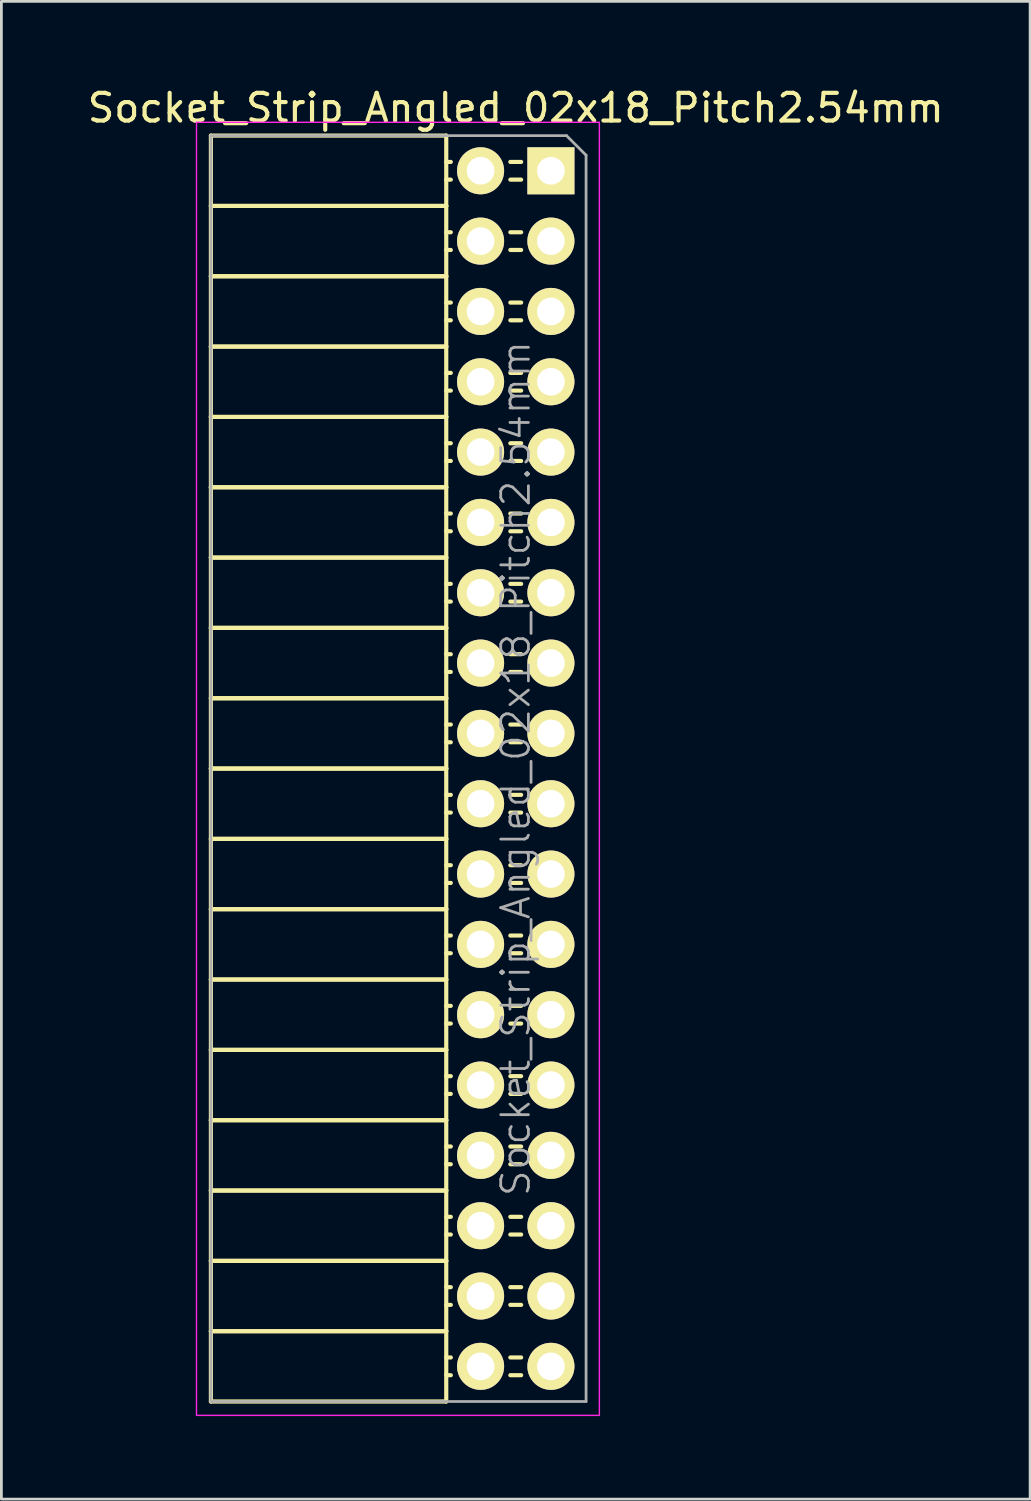
<source format=kicad_pcb>
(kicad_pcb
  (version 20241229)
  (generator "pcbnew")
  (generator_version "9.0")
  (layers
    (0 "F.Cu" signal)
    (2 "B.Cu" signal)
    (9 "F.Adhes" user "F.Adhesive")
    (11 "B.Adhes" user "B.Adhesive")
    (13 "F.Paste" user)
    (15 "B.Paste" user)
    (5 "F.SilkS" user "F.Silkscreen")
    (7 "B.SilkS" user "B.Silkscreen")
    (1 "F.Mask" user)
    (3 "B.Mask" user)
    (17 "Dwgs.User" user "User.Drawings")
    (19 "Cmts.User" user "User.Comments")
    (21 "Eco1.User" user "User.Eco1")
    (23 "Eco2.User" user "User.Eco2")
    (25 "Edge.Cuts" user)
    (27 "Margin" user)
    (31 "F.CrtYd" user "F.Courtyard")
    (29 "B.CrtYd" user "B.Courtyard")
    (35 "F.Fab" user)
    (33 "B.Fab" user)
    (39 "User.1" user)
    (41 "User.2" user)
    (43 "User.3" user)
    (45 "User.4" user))
  (footprint "Socket_Strip_Angled_02x18_Pitch2.54mm"
    (layer "F.Cu")
    (at 16.847 3.118)
    (property "Reference" "Socket_Strip_Angled_02x18_Pitch2.54mm" (at -1.27 -2.27 0) (layer "F.SilkS") (effects (font (size 1 1) (thickness 0.15))))
    (attr smd)
    (fp_line (start -12.28 -1.27) (end -12.28 1.27) (stroke (width 0.15) (type solid)) (layer "F.SilkS"))
    (fp_line (start -12.28 -1.27) (end -3.78 -1.27) (stroke (width 0.15) (type solid)) (layer "F.SilkS"))
    (fp_line (start -12.28 1.27) (end -12.28 3.81) (stroke (width 0.15) (type solid)) (layer "F.SilkS"))
    (fp_line (start -12.28 1.27) (end -3.78 1.27) (stroke (width 0.15) (type solid)) (layer "F.SilkS"))
    (fp_line (start -12.28 1.27) (end -3.78 1.27) (stroke (width 0.15) (type solid)) (layer "F.SilkS"))
    (fp_line (start -12.28 3.81) (end -12.28 6.35) (stroke (width 0.15) (type solid)) (layer "F.SilkS"))
    (fp_line (start -12.28 3.81) (end -3.78 3.81) (stroke (width 0.15) (type solid)) (layer "F.SilkS"))
    (fp_line (start -12.28 3.81) (end -3.78 3.81) (stroke (width 0.15) (type solid)) (layer "F.SilkS"))
    (fp_line (start -12.28 6.35) (end -12.28 8.89) (stroke (width 0.15) (type solid)) (layer "F.SilkS"))
    (fp_line (start -12.28 6.35) (end -3.78 6.35) (stroke (width 0.15) (type solid)) (layer "F.SilkS"))
    (fp_line (start -12.28 6.35) (end -3.78 6.35) (stroke (width 0.15) (type solid)) (layer "F.SilkS"))
    (fp_line (start -12.28 8.89) (end -12.28 11.43) (stroke (width 0.15) (type solid)) (layer "F.SilkS"))
    (fp_line (start -12.28 8.89) (end -3.78 8.89) (stroke (width 0.15) (type solid)) (layer "F.SilkS"))
    (fp_line (start -12.28 8.89) (end -3.78 8.89) (stroke (width 0.15) (type solid)) (layer "F.SilkS"))
    (fp_line (start -12.28 11.43) (end -12.28 13.97) (stroke (width 0.15) (type solid)) (layer "F.SilkS"))
    (fp_line (start -12.28 11.43) (end -3.78 11.43) (stroke (width 0.15) (type solid)) (layer "F.SilkS"))
    (fp_line (start -12.28 11.43) (end -3.78 11.43) (stroke (width 0.15) (type solid)) (layer "F.SilkS"))
    (fp_line (start -12.28 13.97) (end -12.28 16.51) (stroke (width 0.15) (type solid)) (layer "F.SilkS"))
    (fp_line (start -12.28 13.97) (end -3.78 13.97) (stroke (width 0.15) (type solid)) (layer "F.SilkS"))
    (fp_line (start -12.28 13.97) (end -3.78 13.97) (stroke (width 0.15) (type solid)) (layer "F.SilkS"))
    (fp_line (start -12.28 16.51) (end -12.28 19.05) (stroke (width 0.15) (type solid)) (layer "F.SilkS"))
    (fp_line (start -12.28 16.51) (end -3.78 16.51) (stroke (width 0.15) (type solid)) (layer "F.SilkS"))
    (fp_line (start -12.28 16.51) (end -3.78 16.51) (stroke (width 0.15) (type solid)) (layer "F.SilkS"))
    (fp_line (start -12.28 19.05) (end -12.28 21.59) (stroke (width 0.15) (type solid)) (layer "F.SilkS"))
    (fp_line (start -12.28 19.05) (end -3.78 19.05) (stroke (width 0.15) (type solid)) (layer "F.SilkS"))
    (fp_line (start -12.28 19.05) (end -3.78 19.05) (stroke (width 0.15) (type solid)) (layer "F.SilkS"))
    (fp_line (start -12.28 21.59) (end -12.28 24.13) (stroke (width 0.15) (type solid)) (layer "F.SilkS"))
    (fp_line (start -12.28 21.59) (end -3.78 21.59) (stroke (width 0.15) (type solid)) (layer "F.SilkS"))
    (fp_line (start -12.28 21.59) (end -3.78 21.59) (stroke (width 0.15) (type solid)) (layer "F.SilkS"))
    (fp_line (start -12.28 24.13) (end -12.28 26.67) (stroke (width 0.15) (type solid)) (layer "F.SilkS"))
    (fp_line (start -12.28 24.13) (end -3.78 24.13) (stroke (width 0.15) (type solid)) (layer "F.SilkS"))
    (fp_line (start -12.28 24.13) (end -3.78 24.13) (stroke (width 0.15) (type solid)) (layer "F.SilkS"))
    (fp_line (start -12.28 26.67) (end -12.28 29.21) (stroke (width 0.15) (type solid)) (layer "F.SilkS"))
    (fp_line (start -12.28 26.67) (end -3.78 26.67) (stroke (width 0.15) (type solid)) (layer "F.SilkS"))
    (fp_line (start -12.28 26.67) (end -3.78 26.67) (stroke (width 0.15) (type solid)) (layer "F.SilkS"))
    (fp_line (start -12.28 29.21) (end -12.28 31.75) (stroke (width 0.15) (type solid)) (layer "F.SilkS"))
    (fp_line (start -12.28 29.21) (end -3.78 29.21) (stroke (width 0.15) (type solid)) (layer "F.SilkS"))
    (fp_line (start -12.28 29.21) (end -3.78 29.21) (stroke (width 0.15) (type solid)) (layer "F.SilkS"))
    (fp_line (start -12.28 31.75) (end -12.28 34.29) (stroke (width 0.15) (type solid)) (layer "F.SilkS"))
    (fp_line (start -12.28 31.75) (end -3.78 31.75) (stroke (width 0.15) (type solid)) (layer "F.SilkS"))
    (fp_line (start -12.28 31.75) (end -3.78 31.75) (stroke (width 0.15) (type solid)) (layer "F.SilkS"))
    (fp_line (start -12.28 34.29) (end -12.28 36.83) (stroke (width 0.15) (type solid)) (layer "F.SilkS"))
    (fp_line (start -12.28 34.29) (end -3.78 34.29) (stroke (width 0.15) (type solid)) (layer "F.SilkS"))
    (fp_line (start -12.28 34.29) (end -3.78 34.29) (stroke (width 0.15) (type solid)) (layer "F.SilkS"))
    (fp_line (start -12.28 36.83) (end -12.28 39.37) (stroke (width 0.15) (type solid)) (layer "F.SilkS"))
    (fp_line (start -12.28 36.83) (end -3.78 36.83) (stroke (width 0.15) (type solid)) (layer "F.SilkS"))
    (fp_line (start -12.28 36.83) (end -3.78 36.83) (stroke (width 0.15) (type solid)) (layer "F.SilkS"))
    (fp_line (start -12.28 39.37) (end -12.28 41.91) (stroke (width 0.15) (type solid)) (layer "F.SilkS"))
    (fp_line (start -12.28 39.37) (end -3.78 39.37) (stroke (width 0.15) (type solid)) (layer "F.SilkS"))
    (fp_line (start -12.28 39.37) (end -3.78 39.37) (stroke (width 0.15) (type solid)) (layer "F.SilkS"))
    (fp_line (start -12.28 41.91) (end -12.28 44.45) (stroke (width 0.15) (type solid)) (layer "F.SilkS"))
    (fp_line (start -12.28 41.91) (end -3.78 41.91) (stroke (width 0.15) (type solid)) (layer "F.SilkS"))
    (fp_line (start -12.28 41.91) (end -3.78 41.91) (stroke (width 0.15) (type solid)) (layer "F.SilkS"))
    (fp_line (start -12.28 44.45) (end -3.78 44.45) (stroke (width 0.15) (type solid)) (layer "F.SilkS"))
    (fp_line (start -3.78 -1.27) (end -3.78 1.27) (stroke (width 0.15) (type solid)) (layer "F.SilkS"))
    (fp_line (start -3.78 -0.32) (end -3.615 -0.32) (stroke (width 0.15) (type solid)) (layer "F.SilkS"))
    (fp_line (start -3.78 0.32) (end -3.615 0.32) (stroke (width 0.15) (type solid)) (layer "F.SilkS"))
    (fp_line (start -3.78 1.27) (end -3.78 3.81) (stroke (width 0.15) (type solid)) (layer "F.SilkS"))
    (fp_line (start -3.78 2.22) (end -3.615 2.22) (stroke (width 0.15) (type solid)) (layer "F.SilkS"))
    (fp_line (start -3.78 2.86) (end -3.615 2.86) (stroke (width 0.15) (type solid)) (layer "F.SilkS"))
    (fp_line (start -3.78 3.81) (end -3.78 6.35) (stroke (width 0.15) (type solid)) (layer "F.SilkS"))
    (fp_line (start -3.78 4.76) (end -3.615 4.76) (stroke (width 0.15) (type solid)) (layer "F.SilkS"))
    (fp_line (start -3.78 5.4) (end -3.615 5.4) (stroke (width 0.15) (type solid)) (layer "F.SilkS"))
    (fp_line (start -3.78 6.35) (end -3.78 8.89) (stroke (width 0.15) (type solid)) (layer "F.SilkS"))
    (fp_line (start -3.78 7.3) (end -3.615 7.3) (stroke (width 0.15) (type solid)) (layer "F.SilkS"))
    (fp_line (start -3.78 7.94) (end -3.615 7.94) (stroke (width 0.15) (type solid)) (layer "F.SilkS"))
    (fp_line (start -3.78 8.89) (end -3.78 11.43) (stroke (width 0.15) (type solid)) (layer "F.SilkS"))
    (fp_line (start -3.78 9.84) (end -3.615 9.84) (stroke (width 0.15) (type solid)) (layer "F.SilkS"))
    (fp_line (start -3.78 10.48) (end -3.615 10.48) (stroke (width 0.15) (type solid)) (layer "F.SilkS"))
    (fp_line (start -3.78 11.43) (end -3.78 13.97) (stroke (width 0.15) (type solid)) (layer "F.SilkS"))
    (fp_line (start -3.78 12.38) (end -3.615 12.38) (stroke (width 0.15) (type solid)) (layer "F.SilkS"))
    (fp_line (start -3.78 13.02) (end -3.615 13.02) (stroke (width 0.15) (type solid)) (layer "F.SilkS"))
    (fp_line (start -3.78 13.97) (end -3.78 16.51) (stroke (width 0.15) (type solid)) (layer "F.SilkS"))
    (fp_line (start -3.78 14.92) (end -3.615 14.92) (stroke (width 0.15) (type solid)) (layer "F.SilkS"))
    (fp_line (start -3.78 15.56) (end -3.615 15.56) (stroke (width 0.15) (type solid)) (layer "F.SilkS"))
    (fp_line (start -3.78 16.51) (end -3.78 19.05) (stroke (width 0.15) (type solid)) (layer "F.SilkS"))
    (fp_line (start -3.78 17.46) (end -3.615 17.46) (stroke (width 0.15) (type solid)) (layer "F.SilkS"))
    (fp_line (start -3.78 18.1) (end -3.615 18.1) (stroke (width 0.15) (type solid)) (layer "F.SilkS"))
    (fp_line (start -3.78 19.05) (end -3.78 21.59) (stroke (width 0.15) (type solid)) (layer "F.SilkS"))
    (fp_line (start -3.78 20) (end -3.615 20) (stroke (width 0.15) (type solid)) (layer "F.SilkS"))
    (fp_line (start -3.78 20.64) (end -3.615 20.64) (stroke (width 0.15) (type solid)) (layer "F.SilkS"))
    (fp_line (start -3.78 21.59) (end -3.78 24.13) (stroke (width 0.15) (type solid)) (layer "F.SilkS"))
    (fp_line (start -3.78 22.54) (end -3.615 22.54) (stroke (width 0.15) (type solid)) (layer "F.SilkS"))
    (fp_line (start -3.78 23.18) (end -3.615 23.18) (stroke (width 0.15) (type solid)) (layer "F.SilkS"))
    (fp_line (start -3.78 24.13) (end -3.78 26.67) (stroke (width 0.15) (type solid)) (layer "F.SilkS"))
    (fp_line (start -3.78 25.08) (end -3.615 25.08) (stroke (width 0.15) (type solid)) (layer "F.SilkS"))
    (fp_line (start -3.78 25.72) (end -3.615 25.72) (stroke (width 0.15) (type solid)) (layer "F.SilkS"))
    (fp_line (start -3.78 26.67) (end -3.78 29.21) (stroke (width 0.15) (type solid)) (layer "F.SilkS"))
    (fp_line (start -3.78 27.62) (end -3.615 27.62) (stroke (width 0.15) (type solid)) (layer "F.SilkS"))
    (fp_line (start -3.78 28.26) (end -3.615 28.26) (stroke (width 0.15) (type solid)) (layer "F.SilkS"))
    (fp_line (start -3.78 29.21) (end -3.78 31.75) (stroke (width 0.15) (type solid)) (layer "F.SilkS"))
    (fp_line (start -3.78 30.16) (end -3.615 30.16) (stroke (width 0.15) (type solid)) (layer "F.SilkS"))
    (fp_line (start -3.78 30.8) (end -3.615 30.8) (stroke (width 0.15) (type solid)) (layer "F.SilkS"))
    (fp_line (start -3.78 31.75) (end -3.78 34.29) (stroke (width 0.15) (type solid)) (layer "F.SilkS"))
    (fp_line (start -3.78 32.7) (end -3.615 32.7) (stroke (width 0.15) (type solid)) (layer "F.SilkS"))
    (fp_line (start -3.78 33.34) (end -3.615 33.34) (stroke (width 0.15) (type solid)) (layer "F.SilkS"))
    (fp_line (start -3.78 34.29) (end -3.78 36.83) (stroke (width 0.15) (type solid)) (layer "F.SilkS"))
    (fp_line (start -3.78 35.24) (end -3.615 35.24) (stroke (width 0.15) (type solid)) (layer "F.SilkS"))
    (fp_line (start -3.78 35.88) (end -3.615 35.88) (stroke (width 0.15) (type solid)) (layer "F.SilkS"))
    (fp_line (start -3.78 36.83) (end -3.78 39.37) (stroke (width 0.15) (type solid)) (layer "F.SilkS"))
    (fp_line (start -3.78 37.78) (end -3.615 37.78) (stroke (width 0.15) (type solid)) (layer "F.SilkS"))
    (fp_line (start -3.78 38.42) (end -3.615 38.42) (stroke (width 0.15) (type solid)) (layer "F.SilkS"))
    (fp_line (start -3.78 39.37) (end -3.78 41.91) (stroke (width 0.15) (type solid)) (layer "F.SilkS"))
    (fp_line (start -3.78 40.32) (end -3.615 40.32) (stroke (width 0.15) (type solid)) (layer "F.SilkS"))
    (fp_line (start -3.78 40.96) (end -3.615 40.96) (stroke (width 0.15) (type solid)) (layer "F.SilkS"))
    (fp_line (start -3.78 41.91) (end -3.78 44.45) (stroke (width 0.15) (type solid)) (layer "F.SilkS"))
    (fp_line (start -3.78 42.86) (end -3.615 42.86) (stroke (width 0.15) (type solid)) (layer "F.SilkS"))
    (fp_line (start -3.78 43.5) (end -3.615 43.5) (stroke (width 0.15) (type solid)) (layer "F.SilkS"))
    (fp_line (start -1.075 -0.32) (end -1.465 -0.32) (stroke (width 0.15) (type solid)) (layer "F.SilkS"))
    (fp_line (start -1.075 0.32) (end -1.465 0.32) (stroke (width 0.15) (type solid)) (layer "F.SilkS"))
    (fp_line (start -1.075 2.22) (end -1.465 2.22) (stroke (width 0.15) (type solid)) (layer "F.SilkS"))
    (fp_line (start -1.075 2.86) (end -1.465 2.86) (stroke (width 0.15) (type solid)) (layer "F.SilkS"))
    (fp_line (start -1.075 4.76) (end -1.465 4.76) (stroke (width 0.15) (type solid)) (layer "F.SilkS"))
    (fp_line (start -1.075 5.4) (end -1.465 5.4) (stroke (width 0.15) (type solid)) (layer "F.SilkS"))
    (fp_line (start -1.075 7.3) (end -1.465 7.3) (stroke (width 0.15) (type solid)) (layer "F.SilkS"))
    (fp_line (start -1.075 7.94) (end -1.465 7.94) (stroke (width 0.15) (type solid)) (layer "F.SilkS"))
    (fp_line (start -1.075 9.84) (end -1.465 9.84) (stroke (width 0.15) (type solid)) (layer "F.SilkS"))
    (fp_line (start -1.075 10.48) (end -1.465 10.48) (stroke (width 0.15) (type solid)) (layer "F.SilkS"))
    (fp_line (start -1.075 12.38) (end -1.465 12.38) (stroke (width 0.15) (type solid)) (layer "F.SilkS"))
    (fp_line (start -1.075 13.02) (end -1.465 13.02) (stroke (width 0.15) (type solid)) (layer "F.SilkS"))
    (fp_line (start -1.075 14.92) (end -1.465 14.92) (stroke (width 0.15) (type solid)) (layer "F.SilkS"))
    (fp_line (start -1.075 15.56) (end -1.465 15.56) (stroke (width 0.15) (type solid)) (layer "F.SilkS"))
    (fp_line (start -1.075 17.46) (end -1.465 17.46) (stroke (width 0.15) (type solid)) (layer "F.SilkS"))
    (fp_line (start -1.075 18.1) (end -1.465 18.1) (stroke (width 0.15) (type solid)) (layer "F.SilkS"))
    (fp_line (start -1.075 20) (end -1.465 20) (stroke (width 0.15) (type solid)) (layer "F.SilkS"))
    (fp_line (start -1.075 20.64) (end -1.465 20.64) (stroke (width 0.15) (type solid)) (layer "F.SilkS"))
    (fp_line (start -1.075 22.54) (end -1.465 22.54) (stroke (width 0.15) (type solid)) (layer "F.SilkS"))
    (fp_line (start -1.075 23.18) (end -1.465 23.18) (stroke (width 0.15) (type solid)) (layer "F.SilkS"))
    (fp_line (start -1.075 25.08) (end -1.465 25.08) (stroke (width 0.15) (type solid)) (layer "F.SilkS"))
    (fp_line (start -1.075 25.72) (end -1.465 25.72) (stroke (width 0.15) (type solid)) (layer "F.SilkS"))
    (fp_line (start -1.075 27.62) (end -1.465 27.62) (stroke (width 0.15) (type solid)) (layer "F.SilkS"))
    (fp_line (start -1.075 28.26) (end -1.465 28.26) (stroke (width 0.15) (type solid)) (layer "F.SilkS"))
    (fp_line (start -1.075 30.16) (end -1.465 30.16) (stroke (width 0.15) (type solid)) (layer "F.SilkS"))
    (fp_line (start -1.075 30.8) (end -1.465 30.8) (stroke (width 0.15) (type solid)) (layer "F.SilkS"))
    (fp_line (start -1.075 32.7) (end -1.465 32.7) (stroke (width 0.15) (type solid)) (layer "F.SilkS"))
    (fp_line (start -1.075 33.34) (end -1.465 33.34) (stroke (width 0.15) (type solid)) (layer "F.SilkS"))
    (fp_line (start -1.075 35.24) (end -1.465 35.24) (stroke (width 0.15) (type solid)) (layer "F.SilkS"))
    (fp_line (start -1.075 35.88) (end -1.465 35.88) (stroke (width 0.15) (type solid)) (layer "F.SilkS"))
    (fp_line (start -1.075 37.78) (end -1.465 37.78) (stroke (width 0.15) (type solid)) (layer "F.SilkS"))
    (fp_line (start -1.075 38.42) (end -1.465 38.42) (stroke (width 0.15) (type solid)) (layer "F.SilkS"))
    (fp_line (start -1.075 40.32) (end -1.465 40.32) (stroke (width 0.15) (type solid)) (layer "F.SilkS"))
    (fp_line (start -1.075 40.96) (end -1.465 40.96) (stroke (width 0.15) (type solid)) (layer "F.SilkS"))
    (fp_line (start -1.075 42.86) (end -1.465 42.86) (stroke (width 0.15) (type solid)) (layer "F.SilkS"))
    (fp_line (start -1.075 43.5) (end -1.465 43.5) (stroke (width 0.15) (type solid)) (layer "F.SilkS"))
    (fp_line (start -12.8 -1.75) (end 1.75 -1.75) (stroke (width 0.05) (type solid)) (layer "F.CrtYd"))
    (fp_line (start -12.8 44.95) (end -12.8 -1.75) (stroke (width 0.05) (type solid)) (layer "F.CrtYd"))
    (fp_line (start -12.8 44.95) (end 1.75 44.95) (stroke (width 0.05) (type solid)) (layer "F.CrtYd"))
    (fp_line (start 1.75 44.95) (end 1.75 -1.75) (stroke (width 0.05) (type solid)) (layer "F.CrtYd"))
    (fp_line (start -12.28 -1.27) (end 0.563 -1.27) (stroke (width 0.1) (type solid)) (layer "F.Fab"))
    (fp_line (start -12.28 44.45) (end -12.28 -1.27) (stroke (width 0.1) (type solid)) (layer "F.Fab"))
    (fp_line (start -12.28 44.45) (end 1.27 44.45) (stroke (width 0.1) (type solid)) (layer "F.Fab"))
    (fp_line (start 1.27 -0.563) (end 0.563 -1.27) (stroke (width 0.1) (type solid)) (layer "F.Fab"))
    (fp_line (start 1.27 44.45) (end 1.27 -0.563) (stroke (width 0.1) (type solid)) (layer "F.Fab"))
    (fp_text user "${REFERENCE}" (at -1.27 21.59 90) (layer "F.Fab") (effects (font (size 1 1) (thickness 0.1))))
    (pad "1" thru_hole rect (at 0 0) (size 1.7 1.7) (drill 1) (layers "*.Cu" "*.Mask" "F.SilkS"))
    (pad "2" thru_hole oval (at -2.54 0) (size 1.7 1.7) (drill 1) (layers "*.Cu" "*.Mask" "F.SilkS"))
    (pad "3" thru_hole oval (at 0 2.54) (size 1.7 1.7) (drill 1) (layers "*.Cu" "*.Mask" "F.SilkS"))
    (pad "4" thru_hole oval (at -2.54 2.54) (size 1.7 1.7) (drill 1) (layers "*.Cu" "*.Mask" "F.SilkS"))
    (pad "5" thru_hole oval (at 0 5.08) (size 1.7 1.7) (drill 1) (layers "*.Cu" "*.Mask" "F.SilkS"))
    (pad "6" thru_hole oval (at -2.54 5.08) (size 1.7 1.7) (drill 1) (layers "*.Cu" "*.Mask" "F.SilkS"))
    (pad "7" thru_hole oval (at 0 7.62) (size 1.7 1.7) (drill 1) (layers "*.Cu" "*.Mask" "F.SilkS"))
    (pad "8" thru_hole oval (at -2.54 7.62) (size 1.7 1.7) (drill 1) (layers "*.Cu" "*.Mask" "F.SilkS"))
    (pad "9" thru_hole oval (at 0 10.16) (size 1.7 1.7) (drill 1) (layers "*.Cu" "*.Mask" "F.SilkS"))
    (pad "10" thru_hole oval (at -2.54 10.16) (size 1.7 1.7) (drill 1) (layers "*.Cu" "*.Mask" "F.SilkS"))
    (pad "11" thru_hole oval (at 0 12.7) (size 1.7 1.7) (drill 1) (layers "*.Cu" "*.Mask" "F.SilkS"))
    (pad "12" thru_hole oval (at -2.54 12.7) (size 1.7 1.7) (drill 1) (layers "*.Cu" "*.Mask" "F.SilkS"))
    (pad "13" thru_hole oval (at 0 15.24) (size 1.7 1.7) (drill 1) (layers "*.Cu" "*.Mask" "F.SilkS"))
    (pad "14" thru_hole oval (at -2.54 15.24) (size 1.7 1.7) (drill 1) (layers "*.Cu" "*.Mask" "F.SilkS"))
    (pad "15" thru_hole oval (at 0 17.78) (size 1.7 1.7) (drill 1) (layers "*.Cu" "*.Mask" "F.SilkS"))
    (pad "16" thru_hole oval (at -2.54 17.78) (size 1.7 1.7) (drill 1) (layers "*.Cu" "*.Mask" "F.SilkS"))
    (pad "17" thru_hole oval (at 0 20.32) (size 1.7 1.7) (drill 1) (layers "*.Cu" "*.Mask" "F.SilkS"))
    (pad "18" thru_hole oval (at -2.54 20.32) (size 1.7 1.7) (drill 1) (layers "*.Cu" "*.Mask" "F.SilkS"))
    (pad "19" thru_hole oval (at 0 22.86) (size 1.7 1.7) (drill 1) (layers "*.Cu" "*.Mask" "F.SilkS"))
    (pad "20" thru_hole oval (at -2.54 22.86) (size 1.7 1.7) (drill 1) (layers "*.Cu" "*.Mask" "F.SilkS"))
    (pad "21" thru_hole oval (at 0 25.4) (size 1.7 1.7) (drill 1) (layers "*.Cu" "*.Mask" "F.SilkS"))
    (pad "22" thru_hole oval (at -2.54 25.4) (size 1.7 1.7) (drill 1) (layers "*.Cu" "*.Mask" "F.SilkS"))
    (pad "23" thru_hole oval (at 0 27.94) (size 1.7 1.7) (drill 1) (layers "*.Cu" "*.Mask" "F.SilkS"))
    (pad "24" thru_hole oval (at -2.54 27.94) (size 1.7 1.7) (drill 1) (layers "*.Cu" "*.Mask" "F.SilkS"))
    (pad "25" thru_hole oval (at 0 30.48) (size 1.7 1.7) (drill 1) (layers "*.Cu" "*.Mask" "F.SilkS"))
    (pad "26" thru_hole oval (at -2.54 30.48) (size 1.7 1.7) (drill 1) (layers "*.Cu" "*.Mask" "F.SilkS"))
    (pad "27" thru_hole oval (at 0 33.02) (size 1.7 1.7) (drill 1) (layers "*.Cu" "*.Mask" "F.SilkS"))
    (pad "28" thru_hole oval (at -2.54 33.02) (size 1.7 1.7) (drill 1) (layers "*.Cu" "*.Mask" "F.SilkS"))
    (pad "29" thru_hole oval (at 0 35.56) (size 1.7 1.7) (drill 1) (layers "*.Cu" "*.Mask" "F.SilkS"))
    (pad "30" thru_hole oval (at -2.54 35.56) (size 1.7 1.7) (drill 1) (layers "*.Cu" "*.Mask" "F.SilkS"))
    (pad "31" thru_hole oval (at 0 38.1) (size 1.7 1.7) (drill 1) (layers "*.Cu" "*.Mask" "F.SilkS"))
    (pad "32" thru_hole oval (at -2.54 38.1) (size 1.7 1.7) (drill 1) (layers "*.Cu" "*.Mask" "F.SilkS"))
    (pad "33" thru_hole oval (at 0 40.64) (size 1.7 1.7) (drill 1) (layers "*.Cu" "*.Mask" "F.SilkS"))
    (pad "34" thru_hole oval (at -2.54 40.64) (size 1.7 1.7) (drill 1) (layers "*.Cu" "*.Mask" "F.SilkS"))
    (pad "35" thru_hole oval (at 0 43.18) (size 1.7 1.7) (drill 1) (layers "*.Cu" "*.Mask" "F.SilkS"))
    (pad "36" thru_hole oval (at -2.54 43.18) (size 1.7 1.7) (drill 1) (layers "*.Cu" "*.Mask" "F.SilkS")))
  (gr_rect
    (start -3 -3)
    (end 34.155 51.093)
    (stroke (width 0.1) (type default))
    (fill no)
    (layer "Edge.Cuts")))
</source>
